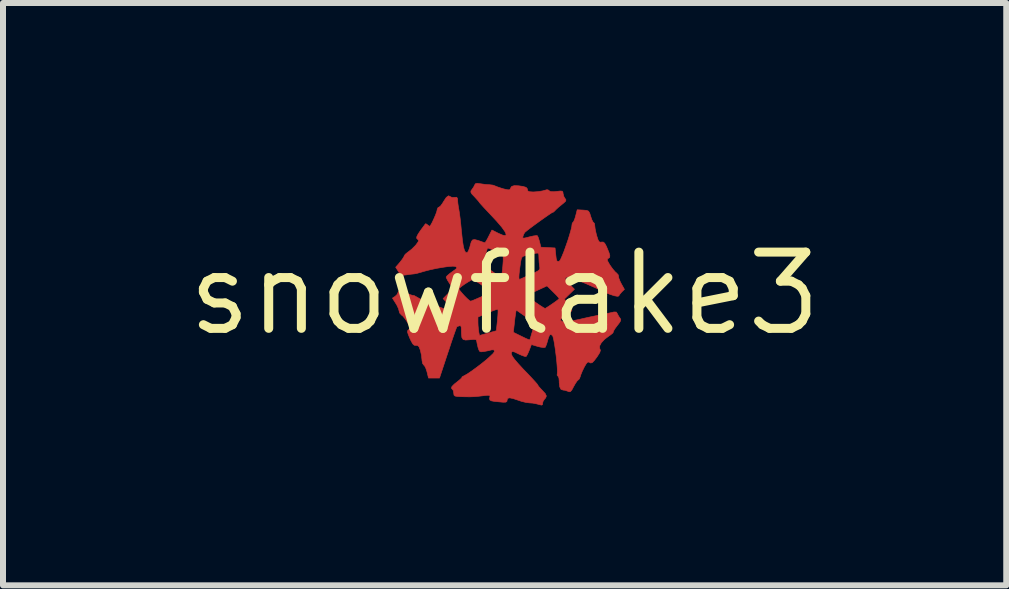
<source format=kicad_pcb>
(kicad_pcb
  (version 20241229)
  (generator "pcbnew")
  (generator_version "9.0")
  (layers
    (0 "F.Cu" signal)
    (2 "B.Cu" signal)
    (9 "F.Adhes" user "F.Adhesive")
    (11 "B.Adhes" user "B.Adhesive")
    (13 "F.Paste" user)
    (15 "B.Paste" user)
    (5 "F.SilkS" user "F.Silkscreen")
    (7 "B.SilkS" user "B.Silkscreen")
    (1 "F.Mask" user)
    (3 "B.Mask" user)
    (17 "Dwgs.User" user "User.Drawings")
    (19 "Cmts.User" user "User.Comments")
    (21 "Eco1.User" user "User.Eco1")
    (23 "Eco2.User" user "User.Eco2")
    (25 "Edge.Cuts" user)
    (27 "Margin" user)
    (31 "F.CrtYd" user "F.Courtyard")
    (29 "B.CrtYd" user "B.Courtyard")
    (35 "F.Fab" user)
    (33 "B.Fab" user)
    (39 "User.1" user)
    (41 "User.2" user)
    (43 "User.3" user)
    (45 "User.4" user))
  (footprint "snowflake3"
    (layer "F.Cu")
    (at 5.359 1.842)
    (property "Reference" "snowflake3" (at 0 0 0) (layer "F.SilkS") (effects (font (size 1.27 1.27) (thickness 0.15))))
    (attr through_hole)
    (fp_poly (pts (xy -0.398 -1.829) (xy -0.397 -1.829) (xy -0.327 -1.819) (xy -0.266 -1.814) (xy -0.254 -1.814) (xy -0.195 -1.807) (xy -0.16 -1.794) (xy -0.115 -1.776) (xy -0.049 -1.754) (xy -0.015 -1.744) (xy 0.047 -1.73) (xy 0.08 -1.728) (xy 0.094 -1.741) (xy 0.1 -1.758) (xy 0.119 -1.786) (xy 0.16 -1.798) (xy 0.231 -1.796) (xy 0.302 -1.786) (xy 0.358 -1.77) (xy 0.38 -1.744) (xy 0.381 -1.733) (xy 0.388 -1.709) (xy 0.415 -1.697) (xy 0.472 -1.693) (xy 0.484 -1.693) (xy 0.562 -1.699) (xy 0.635 -1.711) (xy 0.655 -1.717) (xy 0.707 -1.731) (xy 0.734 -1.723) (xy 0.741 -1.714) (xy 0.767 -1.699) (xy 0.823 -1.697) (xy 0.866 -1.702) (xy 0.929 -1.709) (xy 0.961 -1.706) (xy 0.972 -1.69) (xy 0.974 -1.669) (xy 0.988 -1.616) (xy 1.006 -1.586) (xy 1.022 -1.563) (xy 1.018 -1.541) (xy 0.987 -1.511) (xy 0.948 -1.479) (xy 0.894 -1.435) (xy 0.853 -1.397) (xy 0.84 -1.382) (xy 0.813 -1.357) (xy 0.802 -1.355) (xy 0.781 -1.343) (xy 0.733 -1.311) (xy 0.667 -1.265) (xy 0.591 -1.211) (xy 0.512 -1.154) (xy 0.439 -1.1) (xy 0.379 -1.054) (xy 0.34 -1.022) (xy 0.336 -1.018) (xy 0.319 -0.989) (xy 0.308 -0.96) (xy 0.302 -0.934) (xy 0.31 -0.924) (xy 0.339 -0.926) (xy 0.4 -0.941) (xy 0.414 -0.945) (xy 0.481 -0.96) (xy 0.53 -0.966) (xy 0.547 -0.963) (xy 0.56 -0.936) (xy 0.577 -0.883) (xy 0.583 -0.861) (xy 0.605 -0.773) (xy 0.723 -0.766) (xy 0.841 -0.76) (xy 0.852 -0.655) (xy 0.86 -0.583) (xy 0.871 -0.545) (xy 0.889 -0.534) (xy 0.913 -0.54) (xy 0.93 -0.563) (xy 0.955 -0.618) (xy 0.987 -0.696) (xy 1.02 -0.788) (xy 1.054 -0.885) (xy 1.083 -0.978) (xy 1.106 -1.059) (xy 1.12 -1.118) (xy 1.122 -1.139) (xy 1.128 -1.175) (xy 1.139 -1.185) (xy 1.153 -1.204) (xy 1.172 -1.252) (xy 1.183 -1.29) (xy 1.21 -1.396) (xy 1.308 -1.391) (xy 1.367 -1.386) (xy 1.399 -1.373) (xy 1.419 -1.338) (xy 1.435 -1.286) (xy 1.455 -1.228) (xy 1.474 -1.192) (xy 1.483 -1.185) (xy 1.498 -1.167) (xy 1.503 -1.13) (xy 1.509 -1.079) (xy 1.524 -1.007) (xy 1.536 -0.961) (xy 1.557 -0.896) (xy 1.576 -0.863) (xy 1.598 -0.855) (xy 1.615 -0.858) (xy 1.644 -0.858) (xy 1.668 -0.839) (xy 1.695 -0.79) (xy 1.709 -0.757) (xy 1.741 -0.679) (xy 1.754 -0.63) (xy 1.75 -0.602) (xy 1.728 -0.586) (xy 1.725 -0.585) (xy 1.711 -0.572) (xy 1.716 -0.544) (xy 1.744 -0.494) (xy 1.756 -0.474) (xy 1.8 -0.412) (xy 1.843 -0.362) (xy 1.863 -0.345) (xy 1.893 -0.313) (xy 1.898 -0.289) (xy 1.903 -0.258) (xy 1.924 -0.205) (xy 1.943 -0.167) (xy 1.997 -0.07) (xy 1.953 -0.027) (xy 1.919 0.013) (xy 1.902 0.041) (xy 1.88 0.046) (xy 1.83 0.037) (xy 1.761 0.015) (xy 1.685 -0.015) (xy 1.623 -0.046) (xy 1.589 -0.061) (xy 1.526 -0.09) (xy 1.44 -0.128) (xy 1.342 -0.171) (xy 1.324 -0.178) (xy 1.209 -0.227) (xy 1.126 -0.257) (xy 1.07 -0.272) (xy 1.036 -0.273) (xy 1.027 -0.27) (xy 1.01 -0.255) (xy 1.013 -0.234) (xy 1.041 -0.199) (xy 1.077 -0.161) (xy 1.164 -0.072) (xy 1.081 0.009) (xy 0.997 0.091) (xy 1.059 0.182) (xy 1.095 0.235) (xy 1.117 0.273) (xy 1.122 0.284) (xy 1.106 0.301) (xy 1.064 0.333) (xy 1.017 0.366) (xy 0.96 0.405) (xy 0.935 0.43) (xy 0.935 0.447) (xy 0.953 0.461) (xy 0.978 0.47) (xy 1.016 0.471) (xy 1.074 0.464) (xy 1.16 0.448) (xy 1.279 0.423) (xy 1.285 0.421) (xy 1.401 0.395) (xy 1.511 0.372) (xy 1.604 0.352) (xy 1.67 0.339) (xy 1.678 0.338) (xy 1.748 0.324) (xy 1.805 0.311) (xy 1.821 0.307) (xy 1.861 0.308) (xy 1.877 0.332) (xy 1.902 0.38) (xy 1.921 0.406) (xy 1.936 0.43) (xy 1.932 0.457) (xy 1.906 0.497) (xy 1.876 0.535) (xy 1.837 0.588) (xy 1.814 0.627) (xy 1.812 0.641) (xy 1.803 0.658) (xy 1.767 0.688) (xy 1.74 0.706) (xy 1.666 0.762) (xy 1.612 0.82) (xy 1.583 0.874) (xy 1.584 0.915) (xy 1.587 0.92) (xy 1.597 0.946) (xy 1.586 0.983) (xy 1.55 1.041) (xy 1.547 1.046) (xy 1.497 1.113) (xy 1.463 1.149) (xy 1.436 1.158) (xy 1.41 1.145) (xy 1.389 1.14) (xy 1.364 1.164) (xy 1.329 1.222) (xy 1.329 1.223) (xy 1.295 1.292) (xy 1.269 1.356) (xy 1.262 1.381) (xy 1.245 1.423) (xy 1.228 1.439) (xy 1.208 1.457) (xy 1.178 1.502) (xy 1.153 1.546) (xy 1.121 1.606) (xy 1.097 1.634) (xy 1.074 1.637) (xy 1.059 1.63) (xy 1.006 1.612) (xy 0.977 1.609) (xy 0.94 1.597) (xy 0.919 1.556) (xy 0.91 1.482) (xy 0.91 1.459) (xy 0.905 1.406) (xy 0.892 1.378) (xy 0.888 1.376) (xy 0.875 1.359) (xy 0.878 1.336) (xy 0.88 1.298) (xy 0.877 1.23) (xy 0.87 1.14) (xy 0.859 1.039) (xy 0.846 0.936) (xy 0.832 0.842) (xy 0.818 0.765) (xy 0.805 0.715) (xy 0.8 0.704) (xy 0.773 0.681) (xy 0.752 0.689) (xy 0.732 0.733) (xy 0.719 0.778) (xy 0.701 0.84) (xy 0.683 0.885) (xy 0.677 0.896) (xy 0.65 0.9) (xy 0.596 0.892) (xy 0.554 0.882) (xy 0.447 0.85) (xy 0.411 0.944) (xy 0.386 1.002) (xy 0.365 1.041) (xy 0.357 1.049) (xy 0.331 1.046) (xy 0.279 1.027) (xy 0.233 1.006) (xy 0.171 0.976) (xy 0.136 0.966) (xy 0.119 0.974) (xy 0.114 0.984) (xy 0.113 1.009) (xy 0.129 1.046) (xy 0.166 1.097) (xy 0.226 1.167) (xy 0.311 1.26) (xy 0.382 1.333) (xy 0.45 1.405) (xy 0.505 1.465) (xy 0.542 1.507) (xy 0.554 1.526) (xy 0.567 1.547) (xy 0.602 1.586) (xy 0.625 1.61) (xy 0.677 1.666) (xy 0.696 1.707) (xy 0.684 1.74) (xy 0.667 1.757) (xy 0.64 1.799) (xy 0.635 1.823) (xy 0.632 1.85) (xy 0.617 1.859) (xy 0.579 1.851) (xy 0.54 1.84) (xy 0.47 1.826) (xy 0.413 1.822) (xy 0.357 1.815) (xy 0.283 1.797) (xy 0.233 1.78) (xy 0.142 1.75) (xy 0.084 1.738) (xy 0.053 1.746) (xy 0.042 1.772) (xy 0.042 1.776) (xy 0.038 1.799) (xy 0.019 1.81) (xy -0.025 1.811) (xy -0.079 1.806) (xy -0.167 1.798) (xy -0.22 1.788) (xy -0.245 1.774) (xy -0.251 1.752) (xy -0.247 1.733) (xy -0.243 1.708) (xy -0.253 1.696) (xy -0.286 1.695) (xy -0.35 1.702) (xy -0.366 1.704) (xy -0.453 1.714) (xy -0.518 1.719) (xy -0.58 1.721) (xy -0.656 1.72) (xy -0.714 1.719) (xy -0.787 1.715) (xy -0.826 1.708) (xy -0.843 1.693) (xy -0.847 1.666) (xy -0.847 1.663) (xy -0.854 1.618) (xy -0.868 1.598) (xy -0.886 1.577) (xy -0.878 1.55) (xy -0.839 1.51) (xy -0.791 1.472) (xy -0.742 1.432) (xy -0.714 1.405) (xy -0.711 1.396) (xy -0.709 1.388) (xy -0.676 1.37) (xy -0.675 1.37) (xy -0.62 1.339) (xy -0.549 1.291) (xy -0.468 1.232) (xy -0.384 1.168) (xy -0.305 1.104) (xy -0.239 1.045) (xy -0.191 0.999) (xy -0.17 0.969) (xy -0.169 0.967) (xy -0.178 0.938) (xy -0.211 0.938) (xy -0.217 0.939) (xy -0.271 0.952) (xy -0.337 0.965) (xy -0.342 0.966) (xy -0.393 0.971) (xy -0.419 0.96) (xy -0.436 0.921) (xy -0.443 0.897) (xy -0.457 0.837) (xy -0.465 0.792) (xy -0.466 0.786) (xy -0.475 0.769) (xy -0.508 0.764) (xy -0.573 0.769) (xy -0.58 0.77) (xy -0.65 0.775) (xy -0.691 0.765) (xy -0.712 0.733) (xy -0.719 0.671) (xy -0.72 0.62) (xy -0.722 0.562) (xy -0.732 0.537) (xy -0.753 0.537) (xy -0.753 0.537) (xy -0.786 0.549) (xy -0.794 0.55) (xy -0.802 0.569) (xy -0.822 0.623) (xy -0.851 0.705) (xy -0.887 0.81) (xy -0.927 0.932) (xy -0.943 0.979) (xy -1.085 1.408) (xy -1.268 1.408) (xy -1.293 1.305) (xy -1.313 1.244) (xy -1.335 1.202) (xy -1.347 1.192) (xy -1.367 1.164) (xy -1.377 1.109) (xy -1.377 1.104) (xy -1.385 1.03) (xy -1.402 0.952) (xy -1.405 0.942) (xy -1.426 0.887) (xy -1.45 0.865) (xy -1.477 0.864) (xy -1.506 0.861) (xy -1.531 0.838) (xy -1.56 0.786) (xy -1.578 0.748) (xy -1.606 0.68) (xy -1.618 0.64) (xy -1.614 0.616) (xy -1.597 0.6) (xy -1.579 0.582) (xy -1.579 0.557) (xy -1.598 0.516) (xy -1.619 0.479) (xy -0.444 0.479) (xy -0.442 0.534) (xy -0.436 0.597) (xy -0.428 0.654) (xy -0.42 0.691) (xy -0.415 0.698) (xy -0.395 0.692) (xy -0.345 0.678) (xy -0.276 0.659) (xy -0.275 0.659) (xy -0.231 0.646) (xy 0.146 0.646) (xy 0.28 0.712) (xy 0.346 0.744) (xy 0.396 0.766) (xy 0.418 0.773) (xy 0.419 0.773) (xy 0.427 0.752) (xy 0.442 0.701) (xy 0.463 0.63) (xy 0.463 0.629) (xy 0.501 0.49) (xy 0.347 0.382) (xy 0.193 0.274) (xy 0.182 0.344) (xy 0.173 0.405) (xy 0.164 0.486) (xy 0.159 0.529) (xy 0.146 0.646) (xy -0.231 0.646) (xy -0.138 0.62) (xy -0.119 0.446) (xy -0.112 0.365) (xy -0.109 0.302) (xy -0.11 0.266) (xy -0.111 0.263) (xy -0.134 0.266) (xy -0.185 0.283) (xy -0.256 0.311) (xy -0.283 0.322) (xy -0.444 0.392) (xy -0.444 0.479) (xy -1.619 0.479) (xy -1.62 0.477) (xy -1.66 0.418) (xy -1.699 0.372) (xy -1.717 0.359) (xy -1.75 0.323) (xy -1.757 0.295) (xy -1.768 0.253) (xy -1.795 0.194) (xy -1.813 0.165) (xy -1.869 0.076) (xy -1.823 0.046) (xy -1.789 0.013) (xy -1.778 -0.013) (xy -1.767 -0.037) (xy -1.73 -0.039) (xy -1.664 -0.018) (xy -1.621 -0.001) (xy -1.566 0.021) (xy -1.531 0.031) (xy -1.524 0.031) (xy -1.509 0.033) (xy -1.476 0.051) (xy -1.42 0.083) (xy -1.341 0.12) (xy -1.248 0.161) (xy -1.15 0.201) (xy -1.056 0.236) (xy -0.974 0.264) (xy -0.913 0.281) (xy -0.884 0.284) (xy -0.864 0.274) (xy -0.864 0.257) (xy -0.889 0.224) (xy -0.933 0.178) (xy -1.025 0.085) (xy -0.943 0.001) (xy -0.865 -0.079) (xy -0.762 -0.079) (xy -0.748 -0.054) (xy -0.713 -0.011) (xy -0.668 0.039) (xy -0.621 0.086) (xy -0.584 0.118) (xy -0.567 0.127) (xy -0.54 0.119) (xy -0.485 0.096) (xy -0.412 0.064) (xy -0.386 0.053) (xy -0.348 0.033) (xy 0.357 0.033) (xy 0.512 0.144) (xy 0.581 0.192) (xy 0.637 0.228) (xy 0.671 0.247) (xy 0.677 0.249) (xy 0.699 0.235) (xy 0.746 0.205) (xy 0.799 0.169) (xy 0.856 0.129) (xy 0.896 0.098) (xy 0.91 0.084) (xy 0.896 0.064) (xy 0.86 0.024) (xy 0.808 -0.028) (xy 0.808 -0.028) (xy 0.707 -0.128) (xy 0.532 -0.047) (xy 0.357 0.033) (xy -0.348 0.033) (xy -0.313 0.016) (xy -0.263 -0.015) (xy -0.244 -0.036) (xy -0.245 -0.04) (xy -0.287 -0.074) (xy -0.346 -0.117) (xy -0.41 -0.162) (xy -0.469 -0.201) (xy -0.513 -0.226) (xy -0.529 -0.233) (xy -0.558 -0.222) (xy -0.607 -0.194) (xy -0.664 -0.158) (xy -0.716 -0.121) (xy -0.752 -0.092) (xy -0.762 -0.079) (xy -0.865 -0.079) (xy -0.861 -0.083) (xy -0.917 -0.168) (xy -0.951 -0.222) (xy -0.971 -0.263) (xy -0.974 -0.274) (xy -0.958 -0.296) (xy -0.916 -0.332) (xy -0.874 -0.363) (xy -0.82 -0.401) (xy -0.796 -0.424) (xy -0.799 -0.439) (xy -0.822 -0.452) (xy -0.862 -0.456) (xy -0.933 -0.451) (xy -1.026 -0.438) (xy -1.131 -0.42) (xy -1.239 -0.397) (xy -1.34 -0.371) (xy -1.397 -0.354) (xy -1.459 -0.337) (xy -1.51 -0.327) (xy -1.513 -0.327) (xy -1.562 -0.322) (xy -1.627 -0.313) (xy -1.64 -0.311) (xy -1.697 -0.305) (xy -1.731 -0.317) (xy -1.762 -0.355) (xy -1.77 -0.368) (xy -1.815 -0.439) (xy -1.761 -0.501) (xy -0.353 -0.501) (xy -0.348 -0.477) (xy -0.331 -0.46) (xy -0.324 -0.455) (xy -0.288 -0.428) (xy -0.23 -0.387) (xy -0.169 -0.343) (xy -0.053 -0.258) (xy -0.052 -0.267) (xy 0.238 -0.267) (xy 0.243 -0.238) (xy 0.248 -0.236) (xy 0.275 -0.247) (xy 0.33 -0.272) (xy 0.404 -0.304) (xy 0.432 -0.317) (xy 0.511 -0.353) (xy 0.559 -0.379) (xy 0.582 -0.401) (xy 0.588 -0.424) (xy 0.584 -0.452) (xy 0.576 -0.515) (xy 0.572 -0.589) (xy 0.572 -0.598) (xy 0.57 -0.652) (xy 0.558 -0.674) (xy 0.526 -0.673) (xy 0.504 -0.669) (xy 0.435 -0.654) (xy 0.361 -0.635) (xy 0.357 -0.634) (xy 0.325 -0.626) (xy 0.303 -0.617) (xy 0.287 -0.601) (xy 0.276 -0.57) (xy 0.266 -0.519) (xy 0.255 -0.439) (xy 0.241 -0.324) (xy 0.241 -0.32) (xy 0.238 -0.267) (xy -0.052 -0.267) (xy -0.039 -0.367) (xy -0.03 -0.452) (xy -0.024 -0.536) (xy -0.023 -0.563) (xy -0.024 -0.61) (xy -0.033 -0.641) (xy -0.061 -0.665) (xy -0.115 -0.692) (xy -0.15 -0.708) (xy -0.215 -0.736) (xy -0.264 -0.754) (xy -0.284 -0.759) (xy -0.292 -0.736) (xy -0.308 -0.684) (xy -0.326 -0.617) (xy -0.345 -0.544) (xy -0.353 -0.501) (xy -1.761 -0.501) (xy -1.744 -0.521) (xy -1.704 -0.573) (xy -1.678 -0.614) (xy -1.673 -0.628) (xy -1.656 -0.654) (xy -1.615 -0.688) (xy -1.603 -0.696) (xy -1.545 -0.742) (xy -1.487 -0.8) (xy -1.476 -0.813) (xy -1.442 -0.86) (xy -1.433 -0.886) (xy -1.446 -0.902) (xy -1.453 -0.907) (xy -1.466 -0.922) (xy -1.463 -0.948) (xy -1.442 -0.99) (xy -1.4 -1.053) (xy -1.333 -1.143) (xy -1.319 -1.163) (xy -1.3 -1.158) (xy -1.287 -1.147) (xy -1.257 -1.125) (xy -1.247 -1.122) (xy -1.232 -1.14) (xy -1.207 -1.185) (xy -1.178 -1.247) (xy -1.15 -1.312) (xy -1.13 -1.368) (xy -1.122 -1.405) (xy -1.122 -1.405) (xy -1.108 -1.435) (xy -1.095 -1.439) (xy -1.07 -1.456) (xy -1.037 -1.5) (xy -1.016 -1.535) (xy -0.972 -1.602) (xy -0.934 -1.629) (xy -0.905 -1.616) (xy -0.901 -1.612) (xy -0.874 -1.601) (xy -0.837 -1.603) (xy -0.797 -1.605) (xy -0.784 -1.58) (xy -0.783 -1.56) (xy -0.779 -1.506) (xy -0.769 -1.435) (xy -0.763 -1.404) (xy -0.753 -1.343) (xy -0.741 -1.253) (xy -0.729 -1.144) (xy -0.718 -1.028) (xy -0.717 -1.021) (xy -0.702 -0.88) (xy -0.686 -0.778) (xy -0.667 -0.714) (xy -0.646 -0.683) (xy -0.621 -0.684) (xy -0.619 -0.685) (xy -0.602 -0.712) (xy -0.582 -0.766) (xy -0.572 -0.804) (xy -0.555 -0.862) (xy -0.535 -0.893) (xy -0.501 -0.9) (xy -0.443 -0.886) (xy -0.385 -0.865) (xy -0.344 -0.851) (xy -0.327 -0.847) (xy -0.314 -0.864) (xy -0.288 -0.908) (xy -0.265 -0.953) (xy -0.211 -1.059) (xy -0.103 -1.004) (xy -0.028 -0.972) (xy 0.015 -0.966) (xy 0.026 -0.987) (xy 0.005 -1.034) (xy -0.047 -1.107) (xy -0.13 -1.204) (xy -0.211 -1.291) (xy -0.286 -1.371) (xy -0.35 -1.439) (xy -0.396 -1.49) (xy -0.421 -1.519) (xy -0.423 -1.523) (xy -0.437 -1.542) (xy -0.472 -1.581) (xy -0.501 -1.613) (xy -0.546 -1.66) (xy -0.563 -1.691) (xy -0.559 -1.714) (xy -0.547 -1.73) (xy -0.514 -1.778) (xy -0.501 -1.806) (xy -0.486 -1.83) (xy -0.456 -1.837) (xy -0.398 -1.829)) (stroke (width 0.01) (type solid)) (fill yes) (layer "F.Cu")))
  (gr_rect
    (start -3 -3)
    (end 13.719 6.705)
    (stroke (width 0.1) (type default))
    (fill no)
    (layer "Edge.Cuts")))
</source>
